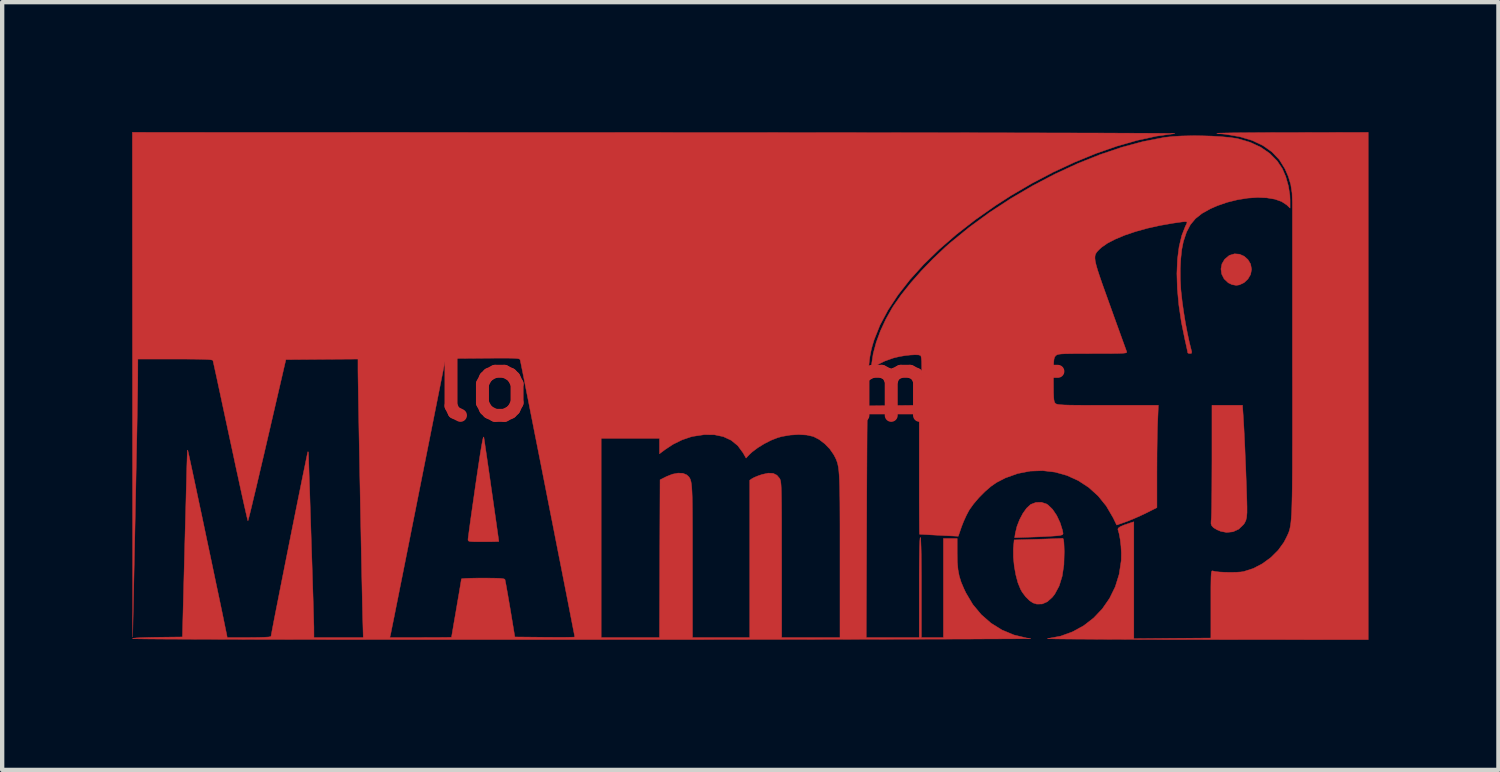
<source format=kicad_pcb>
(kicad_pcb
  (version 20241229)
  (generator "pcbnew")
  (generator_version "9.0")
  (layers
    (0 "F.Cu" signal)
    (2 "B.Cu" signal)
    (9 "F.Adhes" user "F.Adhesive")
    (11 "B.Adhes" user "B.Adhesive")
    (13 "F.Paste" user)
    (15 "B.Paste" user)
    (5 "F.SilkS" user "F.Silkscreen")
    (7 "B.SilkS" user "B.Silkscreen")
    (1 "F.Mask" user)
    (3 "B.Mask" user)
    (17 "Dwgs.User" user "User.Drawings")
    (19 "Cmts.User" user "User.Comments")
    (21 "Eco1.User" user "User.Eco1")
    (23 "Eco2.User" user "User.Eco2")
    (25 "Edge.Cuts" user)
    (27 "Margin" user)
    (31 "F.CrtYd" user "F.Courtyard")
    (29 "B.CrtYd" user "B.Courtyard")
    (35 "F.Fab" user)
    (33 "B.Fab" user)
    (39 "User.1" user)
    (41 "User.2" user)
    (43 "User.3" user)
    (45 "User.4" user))
  (footprint "logo_mamiot"
    (layer "F.Cu")
    (at 14.254 5.847)
    (property "Reference" "logo_mamiot" (at 0 0 0) (layer "F.Cu") (effects (font (size 1.524 1.524) (thickness 0.3))))
    (attr through_hole)
    (fp_poly (pts (xy 11.305 -3.03) (xy 11.411 -2.983) (xy 11.499 -2.905) (xy 11.56 -2.803) (xy 11.582 -2.682) (xy 11.582 -2.68) (xy 11.56 -2.562) (xy 11.498 -2.456) (xy 11.409 -2.373) (xy 11.301 -2.322) (xy 11.227 -2.311) (xy 11.129 -2.329) (xy 11.046 -2.369) (xy 10.949 -2.46) (xy 10.893 -2.571) (xy 10.876 -2.69) (xy 10.899 -2.808) (xy 10.962 -2.914) (xy 11.062 -2.997) (xy 11.076 -3.005) (xy 11.19 -3.039) (xy 11.305 -3.03)) (stroke (width 0.01) (type solid)) (fill yes) (layer "F.Cu"))
    (fp_poly (pts (xy 6.849 2.734) (xy 6.884 2.757) (xy 6.989 2.858) (xy 7.084 2.999) (xy 7.163 3.166) (xy 7.22 3.347) (xy 7.224 3.368) (xy 7.232 3.42) (xy 7.216 3.446) (xy 7.166 3.46) (xy 7.145 3.463) (xy 7.089 3.469) (xy 6.992 3.476) (xy 6.865 3.484) (xy 6.717 3.491) (xy 6.581 3.496) (xy 6.114 3.513) (xy 6.13 3.408) (xy 6.168 3.251) (xy 6.229 3.095) (xy 6.305 2.951) (xy 6.39 2.832) (xy 6.479 2.75) (xy 6.488 2.744) (xy 6.606 2.699) (xy 6.732 2.696) (xy 6.849 2.734)) (stroke (width 0.01) (type solid)) (fill yes) (layer "F.Cu"))
    (fp_poly (pts (xy 7.231 3.531) (xy 7.242 3.558) (xy 7.25 3.614) (xy 7.255 3.707) (xy 7.259 3.835) (xy 7.251 4.137) (xy 7.211 4.402) (xy 7.141 4.628) (xy 7.04 4.815) (xy 6.983 4.888) (xy 6.868 4.991) (xy 6.748 5.043) (xy 6.623 5.045) (xy 6.54 5.019) (xy 6.458 4.965) (xy 6.37 4.878) (xy 6.29 4.772) (xy 6.251 4.704) (xy 6.19 4.554) (xy 6.141 4.37) (xy 6.105 4.168) (xy 6.085 3.963) (xy 6.084 3.773) (xy 6.088 3.724) (xy 6.103 3.564) (xy 6.64 3.549) (xy 6.802 3.544) (xy 6.948 3.539) (xy 7.07 3.534) (xy 7.16 3.53) (xy 7.209 3.527) (xy 7.215 3.526) (xy 7.231 3.531)) (stroke (width 0.01) (type solid)) (fill yes) (layer "F.Cu"))
    (fp_poly (pts (xy 11.389 0.692) (xy 11.398 0.84) (xy 11.408 1.017) (xy 11.418 1.217) (xy 11.428 1.433) (xy 11.437 1.657) (xy 11.447 1.884) (xy 11.455 2.105) (xy 11.463 2.315) (xy 11.469 2.506) (xy 11.474 2.671) (xy 11.477 2.804) (xy 11.477 2.897) (xy 11.477 2.934) (xy 11.468 3.04) (xy 11.451 3.114) (xy 11.421 3.175) (xy 11.397 3.209) (xy 11.287 3.315) (xy 11.155 3.376) (xy 11.007 3.392) (xy 10.871 3.366) (xy 10.787 3.331) (xy 10.714 3.288) (xy 10.696 3.274) (xy 10.661 3.234) (xy 10.646 3.189) (xy 10.648 3.12) (xy 10.652 3.089) (xy 10.655 3.038) (xy 10.658 2.941) (xy 10.661 2.805) (xy 10.663 2.635) (xy 10.665 2.436) (xy 10.666 2.214) (xy 10.667 1.975) (xy 10.668 1.723) (xy 10.668 1.708) (xy 10.668 0.457) (xy 11.373 0.457) (xy 11.389 0.692)) (stroke (width 0.01) (type solid)) (fill yes) (layer "F.Cu"))
    (fp_poly (pts (xy -6.138 1.19) (xy -6.137 1.194) (xy -6.131 1.231) (xy -6.119 1.311) (xy -6.102 1.428) (xy -6.08 1.576) (xy -6.055 1.75) (xy -6.027 1.942) (xy -5.997 2.148) (xy -5.967 2.361) (xy -5.936 2.574) (xy -5.906 2.783) (xy -5.878 2.98) (xy -5.852 3.161) (xy -5.83 3.318) (xy -5.812 3.446) (xy -5.799 3.539) (xy -5.792 3.59) (xy -5.791 3.599) (xy -5.815 3.602) (xy -5.881 3.604) (xy -5.979 3.606) (xy -6.101 3.607) (xy -6.147 3.607) (xy -6.287 3.607) (xy -6.385 3.605) (xy -6.447 3.601) (xy -6.482 3.593) (xy -6.498 3.58) (xy -6.502 3.56) (xy -6.502 3.55) (xy -6.498 3.514) (xy -6.487 3.432) (xy -6.471 3.311) (xy -6.45 3.156) (xy -6.424 2.97) (xy -6.394 2.761) (xy -6.361 2.532) (xy -6.328 2.299) (xy -6.285 2.006) (xy -6.248 1.762) (xy -6.218 1.564) (xy -6.192 1.41) (xy -6.172 1.297) (xy -6.157 1.225) (xy -6.145 1.19) (xy -6.138 1.19)) (stroke (width 0.01) (type solid)) (fill yes) (layer "F.Cu"))
    (fp_poly (pts (xy 14.275 5.867) (xy 10.484 5.864) (xy 10.053 5.863) (xy 9.638 5.863) (xy 9.242 5.862) (xy 8.867 5.861) (xy 8.516 5.859) (xy 8.192 5.858) (xy 7.897 5.856) (xy 7.634 5.854) (xy 7.405 5.853) (xy 7.213 5.851) (xy 7.061 5.849) (xy 6.952 5.846) (xy 6.887 5.844) (xy 6.869 5.842) (xy 6.873 5.841) (xy 7.171 5.786) (xy 7.45 5.685) (xy 7.707 5.544) (xy 7.937 5.366) (xy 8.138 5.154) (xy 8.305 4.913) (xy 8.436 4.646) (xy 8.526 4.357) (xy 8.573 4.05) (xy 8.575 4.013) (xy 8.577 3.866) (xy 8.568 3.707) (xy 8.55 3.552) (xy 8.525 3.417) (xy 8.497 3.324) (xy 8.504 3.293) (xy 8.551 3.259) (xy 8.64 3.22) (xy 8.776 3.174) (xy 8.807 3.164) (xy 8.865 3.146) (xy 8.865 5.844) (xy 9.754 5.836) (xy 10.643 5.829) (xy 10.643 5.046) (xy 10.643 4.825) (xy 10.643 4.651) (xy 10.645 4.517) (xy 10.647 4.419) (xy 10.651 4.351) (xy 10.657 4.308) (xy 10.664 4.285) (xy 10.674 4.278) (xy 10.687 4.28) (xy 10.687 4.28) (xy 10.748 4.294) (xy 10.846 4.305) (xy 10.967 4.311) (xy 11.098 4.313) (xy 11.225 4.311) (xy 11.334 4.304) (xy 11.401 4.294) (xy 11.619 4.224) (xy 11.831 4.114) (xy 12.027 3.971) (xy 12.196 3.803) (xy 12.329 3.619) (xy 12.363 3.554) (xy 12.386 3.509) (xy 12.406 3.468) (xy 12.424 3.429) (xy 12.441 3.389) (xy 12.455 3.346) (xy 12.468 3.296) (xy 12.479 3.237) (xy 12.489 3.167) (xy 12.497 3.083) (xy 12.504 2.982) (xy 12.51 2.862) (xy 12.514 2.72) (xy 12.518 2.553) (xy 12.521 2.359) (xy 12.523 2.135) (xy 12.525 1.879) (xy 12.525 1.587) (xy 12.526 1.258) (xy 12.526 0.888) (xy 12.526 0.475) (xy 12.526 0.017) (xy 12.525 -0.457) (xy 12.525 -0.88) (xy 12.525 -1.291) (xy 12.525 -1.689) (xy 12.525 -2.069) (xy 12.525 -2.43) (xy 12.525 -2.767) (xy 12.525 -3.077) (xy 12.525 -3.357) (xy 12.525 -3.603) (xy 12.525 -3.814) (xy 12.525 -3.985) (xy 12.525 -4.113) (xy 12.525 -4.196) (xy 12.525 -4.219) (xy 12.517 -4.443) (xy 12.487 -4.639) (xy 12.43 -4.826) (xy 12.354 -5) (xy 12.224 -5.211) (xy 12.053 -5.391) (xy 11.844 -5.539) (xy 11.594 -5.657) (xy 11.304 -5.743) (xy 10.973 -5.799) (xy 10.812 -5.814) (xy 10.779 -5.818) (xy 10.797 -5.822) (xy 10.864 -5.825) (xy 10.978 -5.828) (xy 11.139 -5.831) (xy 11.347 -5.833) (xy 11.599 -5.835) (xy 11.896 -5.837) (xy 12.235 -5.838) (xy 12.402 -5.838) (xy 14.275 -5.842) (xy 14.275 5.867)) (stroke (width 0.01) (type solid)) (fill yes) (layer "F.Cu"))
    (fp_poly (pts (xy 10.428 -5.763) (xy 10.66 -5.756) (xy 10.88 -5.743) (xy 11.075 -5.725) (xy 11.235 -5.702) (xy 11.272 -5.694) (xy 11.548 -5.613) (xy 11.793 -5.499) (xy 12.002 -5.355) (xy 12.173 -5.182) (xy 12.292 -5.004) (xy 12.372 -4.818) (xy 12.432 -4.606) (xy 12.466 -4.393) (xy 12.471 -4.278) (xy 12.471 -4.094) (xy 12.395 -4.166) (xy 12.276 -4.245) (xy 12.12 -4.3) (xy 11.933 -4.331) (xy 11.723 -4.34) (xy 11.496 -4.325) (xy 11.259 -4.287) (xy 11.02 -4.228) (xy 10.786 -4.147) (xy 10.63 -4.078) (xy 10.437 -3.97) (xy 10.287 -3.851) (xy 10.17 -3.71) (xy 10.081 -3.54) (xy 10.011 -3.33) (xy 10.005 -3.306) (xy 9.971 -3.136) (xy 9.949 -2.929) (xy 9.937 -2.698) (xy 9.938 -2.456) (xy 9.95 -2.217) (xy 9.956 -2.159) (xy 9.981 -1.936) (xy 10.015 -1.695) (xy 10.055 -1.449) (xy 10.1 -1.213) (xy 10.146 -0.997) (xy 10.191 -0.817) (xy 10.201 -0.781) (xy 10.198 -0.745) (xy 10.162 -0.737) (xy 10.119 -0.745) (xy 10.109 -0.756) (xy 10.104 -0.787) (xy 10.089 -0.857) (xy 10.068 -0.955) (xy 10.045 -1.055) (xy 9.962 -1.463) (xy 9.904 -1.857) (xy 9.869 -2.232) (xy 9.859 -2.585) (xy 9.872 -2.911) (xy 9.91 -3.205) (xy 9.972 -3.463) (xy 10.057 -3.681) (xy 10.062 -3.689) (xy 10.084 -3.733) (xy 10.093 -3.762) (xy 10.084 -3.778) (xy 10.049 -3.782) (xy 9.982 -3.776) (xy 9.876 -3.761) (xy 9.772 -3.746) (xy 9.468 -3.693) (xy 9.176 -3.628) (xy 8.903 -3.552) (xy 8.655 -3.468) (xy 8.437 -3.377) (xy 8.256 -3.283) (xy 8.118 -3.187) (xy 8.078 -3.15) (xy 8.039 -3.111) (xy 8.007 -3.075) (xy 7.984 -3.037) (xy 7.97 -2.994) (xy 7.967 -2.941) (xy 7.974 -2.872) (xy 7.994 -2.785) (xy 8.026 -2.672) (xy 8.072 -2.532) (xy 8.132 -2.357) (xy 8.208 -2.145) (xy 8.299 -1.891) (xy 8.314 -1.85) (xy 8.392 -1.632) (xy 8.466 -1.427) (xy 8.533 -1.242) (xy 8.591 -1.081) (xy 8.639 -0.949) (xy 8.674 -0.852) (xy 8.695 -0.794) (xy 8.7 -0.781) (xy 8.702 -0.769) (xy 8.695 -0.759) (xy 8.673 -0.751) (xy 8.631 -0.746) (xy 8.564 -0.742) (xy 8.468 -0.739) (xy 8.336 -0.738) (xy 8.165 -0.737) (xy 7.948 -0.737) (xy 7.915 -0.737) (xy 7.691 -0.736) (xy 7.513 -0.736) (xy 7.375 -0.734) (xy 7.27 -0.732) (xy 7.194 -0.728) (xy 7.142 -0.722) (xy 7.106 -0.714) (xy 7.083 -0.704) (xy 7.066 -0.69) (xy 7.061 -0.686) (xy 7.044 -0.665) (xy 7.031 -0.639) (xy 7.022 -0.599) (xy 7.016 -0.538) (xy 7.012 -0.45) (xy 7.011 -0.326) (xy 7.01 -0.16) (xy 7.01 -0.131) (xy 7.011 0.043) (xy 7.012 0.173) (xy 7.016 0.267) (xy 7.021 0.331) (xy 7.03 0.372) (xy 7.042 0.399) (xy 7.057 0.415) (xy 7.072 0.425) (xy 7.095 0.433) (xy 7.132 0.44) (xy 7.187 0.445) (xy 7.264 0.45) (xy 7.367 0.453) (xy 7.501 0.455) (xy 7.671 0.456) (xy 7.881 0.457) (xy 8.134 0.457) (xy 8.267 0.457) (xy 9.431 0.457) (xy 9.415 0.842) (xy 9.41 0.969) (xy 9.406 1.136) (xy 9.403 1.333) (xy 9.4 1.548) (xy 9.399 1.771) (xy 9.398 1.992) (xy 9.398 2.023) (xy 9.398 2.819) (xy 9.15 2.943) (xy 9.018 3.006) (xy 8.873 3.07) (xy 8.739 3.125) (xy 8.686 3.144) (xy 8.469 3.221) (xy 8.387 3.052) (xy 8.23 2.783) (xy 8.041 2.549) (xy 7.824 2.353) (xy 7.582 2.195) (xy 7.322 2.077) (xy 7.048 2) (xy 6.764 1.966) (xy 6.474 1.976) (xy 6.184 2.032) (xy 5.899 2.134) (xy 5.696 2.239) (xy 5.568 2.328) (xy 5.429 2.448) (xy 5.291 2.587) (xy 5.168 2.731) (xy 5.071 2.866) (xy 5.061 2.883) (xy 5 2.998) (xy 4.938 3.134) (xy 4.887 3.263) (xy 4.885 3.27) (xy 4.813 3.48) (xy 4.724 3.475) (xy 4.666 3.472) (xy 4.57 3.468) (xy 4.448 3.462) (xy 4.312 3.455) (xy 4.28 3.453) (xy 4.152 3.446) (xy 4.043 3.44) (xy 3.963 3.436) (xy 3.922 3.433) (xy 3.918 3.432) (xy 3.917 3.407) (xy 3.916 3.335) (xy 3.915 3.223) (xy 3.914 3.073) (xy 3.913 2.89) (xy 3.912 2.68) (xy 3.912 2.447) (xy 3.912 2.196) (xy 3.912 2.045) (xy 3.912 0.66) (xy 2.74 0.66) (xy 2.748 0.565) (xy 2.756 0.47) (xy 3.358 0.463) (xy 3.961 0.456) (xy 3.968 -0.104) (xy 3.97 -0.299) (xy 3.969 -0.447) (xy 3.967 -0.556) (xy 3.961 -0.629) (xy 3.953 -0.673) (xy 3.943 -0.692) (xy 3.896 -0.706) (xy 3.813 -0.709) (xy 3.703 -0.703) (xy 3.58 -0.689) (xy 3.456 -0.668) (xy 3.341 -0.641) (xy 3.315 -0.634) (xy 3.12 -0.565) (xy 2.972 -0.492) (xy 2.868 -0.416) (xy 2.802 -0.354) (xy 2.814 -0.501) (xy 2.85 -0.736) (xy 2.919 -0.993) (xy 3.018 -1.262) (xy 3.142 -1.53) (xy 3.287 -1.788) (xy 3.315 -1.833) (xy 3.497 -2.093) (xy 3.716 -2.367) (xy 3.964 -2.648) (xy 4.232 -2.925) (xy 4.513 -3.191) (xy 4.623 -3.288) (xy 5.066 -3.65) (xy 5.535 -3.993) (xy 6.026 -4.314) (xy 6.532 -4.611) (xy 7.047 -4.881) (xy 7.566 -5.121) (xy 8.084 -5.328) (xy 8.594 -5.5) (xy 9.091 -5.633) (xy 9.568 -5.725) (xy 9.601 -5.729) (xy 9.769 -5.747) (xy 9.971 -5.759) (xy 10.194 -5.764) (xy 10.428 -5.763)) (stroke (width 0.01) (type solid)) (fill yes) (layer "F.Cu"))
    (fp_poly (pts (xy -2.115 -5.839) (xy -1.334 -5.838) (xy -0.567 -5.838) (xy 0.185 -5.838) (xy 0.92 -5.837) (xy 1.637 -5.836) (xy 2.334 -5.836) (xy 3.01 -5.835) (xy 3.663 -5.834) (xy 4.292 -5.834) (xy 4.895 -5.833) (xy 5.471 -5.832) (xy 6.018 -5.831) (xy 6.535 -5.83) (xy 7.02 -5.829) (xy 7.471 -5.828) (xy 7.887 -5.827) (xy 8.267 -5.826) (xy 8.609 -5.824) (xy 8.912 -5.823) (xy 9.174 -5.822) (xy 9.393 -5.821) (xy 9.568 -5.819) (xy 9.697 -5.818) (xy 9.779 -5.817) (xy 9.813 -5.816) (xy 9.812 -5.815) (xy 9.388 -5.755) (xy 8.938 -5.657) (xy 8.47 -5.523) (xy 7.987 -5.354) (xy 7.496 -5.153) (xy 7.002 -4.923) (xy 6.51 -4.665) (xy 6.027 -4.382) (xy 5.677 -4.157) (xy 5.206 -3.826) (xy 4.77 -3.487) (xy 4.372 -3.142) (xy 4.013 -2.793) (xy 3.696 -2.442) (xy 3.421 -2.09) (xy 3.191 -1.741) (xy 3.007 -1.396) (xy 2.871 -1.056) (xy 2.859 -1.016) (xy 2.838 -0.948) (xy 2.819 -0.881) (xy 2.802 -0.813) (xy 2.787 -0.742) (xy 2.773 -0.664) (xy 2.761 -0.576) (xy 2.751 -0.475) (xy 2.742 -0.359) (xy 2.734 -0.224) (xy 2.728 -0.069) (xy 2.722 0.111) (xy 2.718 0.319) (xy 2.714 0.556) (xy 2.711 0.826) (xy 2.708 1.132) (xy 2.706 1.477) (xy 2.704 1.864) (xy 2.702 2.295) (xy 2.7 2.774) (xy 2.7 2.838) (xy 2.689 5.817) (xy 3.912 5.817) (xy 3.912 4.661) (xy 3.912 4.355) (xy 3.914 4.095) (xy 3.917 3.881) (xy 3.92 3.714) (xy 3.925 3.595) (xy 3.931 3.525) (xy 3.937 3.505) (xy 3.944 3.53) (xy 3.949 3.606) (xy 3.954 3.73) (xy 3.958 3.902) (xy 3.96 4.121) (xy 3.962 4.386) (xy 3.962 4.661) (xy 3.962 5.817) (xy 4.47 5.817) (xy 4.47 3.531) (xy 4.788 3.531) (xy 4.788 3.88) (xy 4.792 4.082) (xy 4.807 4.249) (xy 4.835 4.397) (xy 4.88 4.542) (xy 4.947 4.698) (xy 4.99 4.788) (xy 5.148 5.054) (xy 5.342 5.287) (xy 5.568 5.485) (xy 5.822 5.643) (xy 6.098 5.758) (xy 6.394 5.829) (xy 6.487 5.841) (xy 6.475 5.843) (xy 6.413 5.844) (xy 6.304 5.845) (xy 6.149 5.847) (xy 5.949 5.848) (xy 5.707 5.849) (xy 5.424 5.85) (xy 5.102 5.852) (xy 4.742 5.853) (xy 4.346 5.854) (xy 3.916 5.855) (xy 3.452 5.856) (xy 2.958 5.857) (xy 2.434 5.858) (xy 1.882 5.859) (xy 1.304 5.86) (xy 0.702 5.861) (xy 0.076 5.861) (xy -0.571 5.862) (xy -1.238 5.863) (xy -1.922 5.863) (xy -2.623 5.863) (xy -3.339 5.864) (xy -3.791 5.864) (xy -4.757 5.864) (xy -5.678 5.864) (xy -6.553 5.864) (xy -7.384 5.864) (xy -8.168 5.864) (xy -8.907 5.863) (xy -9.599 5.863) (xy -10.244 5.862) (xy -10.842 5.861) (xy -11.393 5.861) (xy -11.897 5.859) (xy -12.352 5.858) (xy -12.759 5.857) (xy -13.118 5.855) (xy -13.428 5.854) (xy -13.689 5.852) (xy -13.901 5.85) (xy -14.063 5.848) (xy -14.175 5.846) (xy -14.236 5.844) (xy -14.249 5.842) (xy -14.225 5.834) (xy -14.153 5.826) (xy -14.038 5.82) (xy -13.885 5.815) (xy -13.696 5.811) (xy -13.672 5.811) (xy -13.094 5.804) (xy -13.039 3.67) (xy -13.029 3.286) (xy -13.02 2.95) (xy -13.012 2.658) (xy -13.006 2.407) (xy -13 2.195) (xy -12.996 2.018) (xy -12.992 1.872) (xy -12.988 1.756) (xy -12.985 1.666) (xy -12.983 1.599) (xy -12.981 1.551) (xy -12.979 1.519) (xy -12.977 1.501) (xy -12.976 1.493) (xy -12.974 1.492) (xy -12.972 1.496) (xy -12.97 1.5) (xy -12.969 1.501) (xy -12.963 1.526) (xy -12.947 1.597) (xy -12.923 1.708) (xy -12.891 1.856) (xy -12.852 2.037) (xy -12.808 2.245) (xy -12.759 2.476) (xy -12.706 2.727) (xy -12.649 2.992) (xy -12.591 3.268) (xy -12.532 3.55) (xy -12.472 3.833) (xy -12.413 4.113) (xy -12.356 4.386) (xy -12.301 4.648) (xy -12.249 4.893) (xy -12.202 5.118) (xy -12.16 5.319) (xy -12.125 5.49) (xy -12.097 5.628) (xy -12.076 5.728) (xy -12.075 5.734) (xy -12.059 5.817) (xy -11.554 5.817) (xy -11.355 5.815) (xy -11.206 5.811) (xy -11.106 5.805) (xy -11.055 5.796) (xy -11.049 5.79) (xy -11.044 5.759) (xy -11.03 5.684) (xy -11.008 5.567) (xy -10.979 5.415) (xy -10.943 5.231) (xy -10.901 5.019) (xy -10.855 4.785) (xy -10.805 4.532) (xy -10.752 4.266) (xy -10.697 3.989) (xy -10.641 3.708) (xy -10.585 3.426) (xy -10.529 3.147) (xy -10.475 2.877) (xy -10.423 2.619) (xy -10.374 2.377) (xy -10.33 2.158) (xy -10.29 1.964) (xy -10.256 1.8) (xy -10.23 1.671) (xy -10.211 1.581) (xy -10.2 1.534) (xy -10.198 1.528) (xy -10.187 1.536) (xy -10.185 1.552) (xy -10.184 1.582) (xy -10.182 1.659) (xy -10.178 1.78) (xy -10.173 1.939) (xy -10.167 2.132) (xy -10.159 2.357) (xy -10.151 2.608) (xy -10.142 2.882) (xy -10.133 3.175) (xy -10.123 3.483) (xy -10.122 3.518) (xy -10.112 3.832) (xy -10.102 4.134) (xy -10.093 4.422) (xy -10.085 4.689) (xy -10.077 4.933) (xy -10.071 5.147) (xy -10.066 5.329) (xy -10.062 5.473) (xy -10.059 5.576) (xy -10.059 5.632) (xy -10.059 5.632) (xy -10.058 5.817) (xy -8.92 5.817) (xy -8.307 5.817) (xy -7.595 5.817) (xy -7.411 5.816) (xy -7.244 5.816) (xy -7.102 5.815) (xy -6.99 5.814) (xy -6.915 5.812) (xy -6.884 5.811) (xy -6.883 5.81) (xy -6.879 5.785) (xy -6.867 5.715) (xy -6.849 5.609) (xy -6.826 5.473) (xy -6.798 5.313) (xy -6.769 5.144) (xy -6.739 4.966) (xy -6.711 4.806) (xy -6.688 4.668) (xy -6.67 4.561) (xy -6.659 4.491) (xy -6.655 4.464) (xy -6.631 4.458) (xy -6.563 4.453) (xy -6.461 4.449) (xy -6.33 4.446) (xy -6.18 4.445) (xy -6.159 4.445) (xy -5.981 4.446) (xy -5.849 4.448) (xy -5.755 4.452) (xy -5.695 4.459) (xy -5.661 4.468) (xy -5.649 4.48) (xy -5.642 4.514) (xy -5.627 4.59) (xy -5.607 4.703) (xy -5.582 4.844) (xy -5.554 5.008) (xy -5.528 5.159) (xy -5.421 5.804) (xy -4.73 5.811) (xy -4.548 5.812) (xy -4.385 5.812) (xy -4.245 5.812) (xy -4.137 5.81) (xy -4.066 5.808) (xy -4.039 5.805) (xy -4.039 5.805) (xy -4.043 5.778) (xy -4.057 5.705) (xy -4.08 5.589) (xy -4.11 5.434) (xy -4.147 5.244) (xy -4.19 5.022) (xy -4.239 4.772) (xy -4.293 4.498) (xy -4.351 4.202) (xy -4.413 3.889) (xy -4.477 3.563) (xy -4.543 3.226) (xy -4.611 2.883) (xy -4.679 2.537) (xy -4.747 2.191) (xy -4.814 1.85) (xy -4.88 1.517) (xy -4.939 1.219) (xy -3.429 1.219) (xy -3.429 5.817) (xy -2.083 5.817) (xy -2.077 3.997) (xy -2.07 2.177) (xy -1.92 2.101) (xy -1.784 2.047) (xy -1.654 2.022) (xy -1.541 2.027) (xy -1.455 2.063) (xy -1.446 2.071) (xy -1.422 2.092) (xy -1.402 2.114) (xy -1.384 2.139) (xy -1.37 2.171) (xy -1.357 2.215) (xy -1.347 2.273) (xy -1.339 2.349) (xy -1.333 2.447) (xy -1.328 2.57) (xy -1.325 2.722) (xy -1.323 2.907) (xy -1.322 3.128) (xy -1.321 3.39) (xy -1.321 3.694) (xy -1.321 4.046) (xy -1.321 5.817) (xy 0 5.817) (xy 0 2.187) (xy 0.057 2.147) (xy 0.111 2.119) (xy 0.194 2.085) (xy 0.285 2.054) (xy 0.428 2.023) (xy 0.541 2.028) (xy 0.627 2.071) (xy 0.688 2.143) (xy 0.697 2.16) (xy 0.705 2.18) (xy 0.712 2.208) (xy 0.718 2.247) (xy 0.723 2.3) (xy 0.727 2.371) (xy 0.73 2.464) (xy 0.732 2.582) (xy 0.734 2.729) (xy 0.735 2.909) (xy 0.736 3.125) (xy 0.736 3.382) (xy 0.736 3.682) (xy 0.737 4.02) (xy 0.737 5.817) (xy 2.083 5.817) (xy 2.083 3.917) (xy 2.083 3.546) (xy 2.083 3.222) (xy 2.082 2.942) (xy 2.081 2.702) (xy 2.078 2.497) (xy 2.075 2.325) (xy 2.07 2.182) (xy 2.064 2.064) (xy 2.056 1.967) (xy 2.046 1.888) (xy 2.033 1.822) (xy 2.018 1.768) (xy 2 1.719) (xy 1.98 1.674) (xy 1.956 1.628) (xy 1.937 1.593) (xy 1.849 1.466) (xy 1.732 1.345) (xy 1.602 1.246) (xy 1.474 1.18) (xy 1.467 1.177) (xy 1.315 1.143) (xy 1.132 1.132) (xy 0.937 1.144) (xy 0.743 1.177) (xy 0.644 1.205) (xy 0.495 1.263) (xy 0.336 1.344) (xy 0.184 1.438) (xy 0.055 1.535) (xy -0.011 1.596) (xy -0.085 1.676) (xy -0.155 1.553) (xy -0.276 1.389) (xy -0.427 1.265) (xy -0.608 1.181) (xy -0.816 1.137) (xy -1.05 1.135) (xy -1.308 1.174) (xy -1.358 1.186) (xy -1.559 1.254) (xy -1.765 1.355) (xy -1.949 1.476) (xy -2.083 1.576) (xy -2.083 1.219) (xy -3.429 1.219) (xy -4.939 1.219) (xy -4.944 1.196) (xy -5.004 0.89) (xy -5.061 0.602) (xy -5.113 0.337) (xy -5.161 0.098) (xy -5.202 -0.112) (xy -5.237 -0.288) (xy -5.265 -0.427) (xy -5.285 -0.526) (xy -5.296 -0.581) (xy -5.299 -0.591) (xy -5.305 -0.603) (xy -5.32 -0.613) (xy -5.348 -0.62) (xy -5.394 -0.625) (xy -5.464 -0.629) (xy -5.563 -0.631) (xy -5.695 -0.632) (xy -5.866 -0.631) (xy -6.081 -0.63) (xy -6.167 -0.629) (xy -7.021 -0.622) (xy -7.65 2.54) (xy -7.728 2.934) (xy -7.804 3.314) (xy -7.876 3.679) (xy -7.945 4.024) (xy -8.009 4.346) (xy -8.069 4.643) (xy -8.122 4.912) (xy -8.17 5.15) (xy -8.21 5.353) (xy -8.244 5.518) (xy -8.269 5.643) (xy -8.285 5.724) (xy -8.292 5.759) (xy -8.293 5.759) (xy -8.307 5.817) (xy -8.92 5.817) (xy -8.931 5.429) (xy -8.934 5.34) (xy -8.937 5.207) (xy -8.941 5.034) (xy -8.945 4.826) (xy -8.95 4.585) (xy -8.956 4.317) (xy -8.962 4.026) (xy -8.968 3.716) (xy -8.974 3.391) (xy -8.981 3.056) (xy -8.988 2.714) (xy -8.994 2.37) (xy -9.001 2.028) (xy -9.007 1.693) (xy -9.013 1.368) (xy -9.019 1.057) (xy -9.024 0.766) (xy -9.029 0.498) (xy -9.033 0.257) (xy -9.036 0.047) (xy -9.039 -0.126) (xy -9.041 -0.26) (xy -9.042 -0.349) (xy -9.042 -0.379) (xy -9.042 -0.61) (xy -9.874 -0.604) (xy -10.706 -0.597) (xy -11.137 1.264) (xy -11.206 1.562) (xy -11.273 1.846) (xy -11.335 2.111) (xy -11.392 2.354) (xy -11.444 2.57) (xy -11.488 2.756) (xy -11.525 2.909) (xy -11.554 3.023) (xy -11.573 3.096) (xy -11.581 3.124) (xy -11.581 3.124) (xy -11.589 3.1) (xy -11.606 3.03) (xy -11.632 2.918) (xy -11.666 2.768) (xy -11.707 2.583) (xy -11.754 2.369) (xy -11.806 2.128) (xy -11.864 1.864) (xy -11.924 1.581) (xy -11.987 1.289) (xy -12.051 0.991) (xy -12.112 0.707) (xy -12.169 0.441) (xy -12.221 0.198) (xy -12.268 -0.02) (xy -12.308 -0.207) (xy -12.342 -0.361) (xy -12.367 -0.476) (xy -12.383 -0.55) (xy -12.39 -0.578) (xy -12.404 -0.587) (xy -12.443 -0.594) (xy -12.51 -0.6) (xy -12.611 -0.604) (xy -12.748 -0.607) (xy -12.925 -0.609) (xy -13.148 -0.61) (xy -13.262 -0.61) (xy -14.122 -0.61) (xy -14.124 -0.133) (xy -14.125 -0.042) (xy -14.127 0.096) (xy -14.13 0.276) (xy -14.134 0.495) (xy -14.138 0.749) (xy -14.143 1.033) (xy -14.149 1.343) (xy -14.156 1.675) (xy -14.163 2.026) (xy -14.17 2.39) (xy -14.178 2.765) (xy -14.184 3.073) (xy -14.242 5.804) (xy -14.246 -0.019) (xy -14.249 -5.842) (xy -2.115 -5.839)) (stroke (width 0.01) (type solid)) (fill yes) (layer "F.Cu")))
  (gr_rect
    (start -3 -3)
    (end 31.534 14.719)
    (stroke (width 0.1) (type default))
    (fill no)
    (layer "Edge.Cuts")))
</source>
